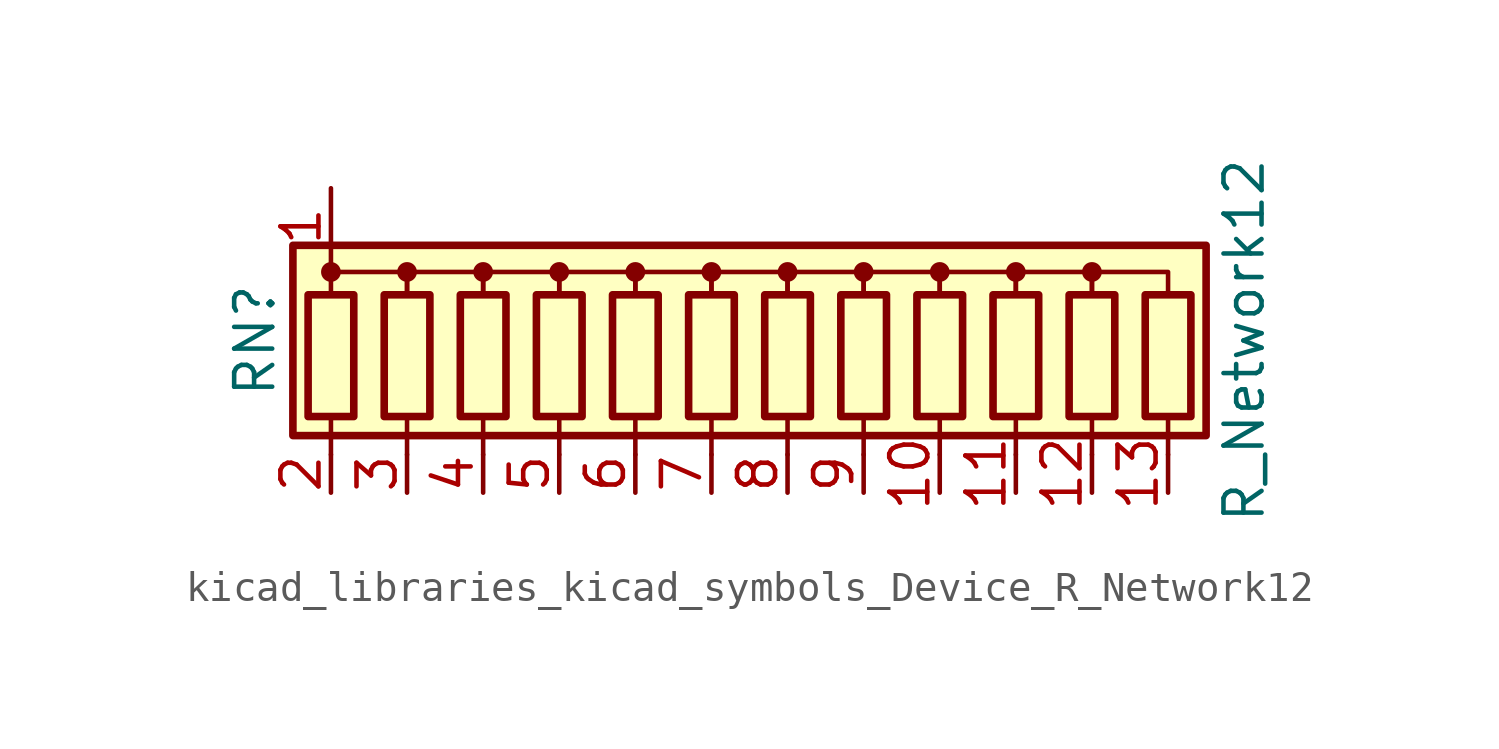
<source format=kicad_sym>
(kicad_symbol_lib
  (version 20220914)
  (generator kicad_symbol_editor)
  (symbol "kicad_libraries_kicad_symbols_Device_R_Network12"
    (pin_names
      (offset 0) hide)
    (property "Reference" "RN"
      (at -17.78 0 90)
      (effects (font (size 1.27 1.27))))
    (property "Value" "R_Network12"
      (at 15.24 0 90)
      (effects (font (size 1.27 1.27))))
    (symbol "kicad_libraries_kicad_symbols_Device_R_Network12_0_1"
      (rectangle (start -16.51 -3.175) (end 13.97 3.175) (stroke (width 0.254) (type default)) (fill (type background)))
      (rectangle (start -16.002 1.524) (end -14.478 -2.54) (stroke (width 0.254) (type default)) (fill (type none)))
      (circle (center -15.24 2.286) (radius 0.254) (stroke (width 0) (type default)) (fill (type outline)))
      (rectangle (start -13.462 1.524) (end -11.938 -2.54) (stroke (width 0.254) (type default)) (fill (type none)))
      (circle (center -12.7 2.286) (radius 0.254) (stroke (width 0) (type default)) (fill (type outline)))
      (rectangle (start -10.922 1.524) (end -9.398 -2.54) (stroke (width 0.254) (type default)) (fill (type none)))
      (circle (center -10.16 2.286) (radius 0.254) (stroke (width 0) (type default)) (fill (type outline)))
      (rectangle (start -8.382 1.524) (end -6.858 -2.54) (stroke (width 0.254) (type default)) (fill (type none)))
      (circle (center -7.62 2.286) (radius 0.254) (stroke (width 0) (type default)) (fill (type outline)))
      (rectangle (start -5.842 1.524) (end -4.318 -2.54) (stroke (width 0.254) (type default)) (fill (type none)))
      (circle (center -5.08 2.286) (radius 0.254) (stroke (width 0) (type default)) (fill (type outline)))
      (rectangle (start -3.302 1.524) (end -1.778 -2.54) (stroke (width 0.254) (type default)) (fill (type none)))
      (circle (center -2.54 2.286) (radius 0.254) (stroke (width 0) (type default)) (fill (type outline)))
      (rectangle (start -0.762 1.524) (end 0.762 -2.54) (stroke (width 0.254) (type default)) (fill (type none)))
      (polyline (pts (xy -15.24 -2.54) (xy -15.24 -3.81)) (stroke (width 0) (type default)) (fill (type none)))
      (polyline (pts (xy -12.7 -2.54) (xy -12.7 -3.81)) (stroke (width 0) (type default)) (fill (type none)))
      (polyline (pts (xy -10.16 -2.54) (xy -10.16 -3.81)) (stroke (width 0) (type default)) (fill (type none)))
      (polyline (pts (xy -7.62 -2.54) (xy -7.62 -3.81)) (stroke (width 0) (type default)) (fill (type none)))
      (polyline (pts (xy -5.08 -2.54) (xy -5.08 -3.81)) (stroke (width 0) (type default)) (fill (type none)))
      (polyline (pts (xy -2.54 -2.54) (xy -2.54 -3.81)) (stroke (width 0) (type default)) (fill (type none)))
      (polyline (pts (xy 0 -2.54) (xy 0 -3.81)) (stroke (width 0) (type default)) (fill (type none)))
      (polyline (pts (xy 2.54 -2.54) (xy 2.54 -3.81)) (stroke (width 0) (type default)) (fill (type none)))
      (polyline (pts (xy 5.08 -2.54) (xy 5.08 -3.81)) (stroke (width 0) (type default)) (fill (type none)))
      (polyline (pts (xy 7.62 -2.54) (xy 7.62 -3.81)) (stroke (width 0) (type default)) (fill (type none)))
      (polyline (pts (xy 10.16 -2.54) (xy 10.16 -3.81)) (stroke (width 0) (type default)) (fill (type none)))
      (polyline (pts (xy 12.7 -2.54) (xy 12.7 -3.81)) (stroke (width 0) (type default)) (fill (type none)))
      (polyline (pts (xy -15.24 1.524) (xy -15.24 2.286) (xy -12.7 2.286) (xy -12.7 1.524)) (stroke (width 0) (type default)) (fill (type none)))
      (polyline (pts (xy -12.7 1.524) (xy -12.7 2.286) (xy -10.16 2.286) (xy -10.16 1.524)) (stroke (width 0) (type default)) (fill (type none)))
      (polyline (pts (xy -10.16 1.524) (xy -10.16 2.286) (xy -7.62 2.286) (xy -7.62 1.524)) (stroke (width 0) (type default)) (fill (type none)))
      (polyline (pts (xy -7.62 1.524) (xy -7.62 2.286) (xy -5.08 2.286) (xy -5.08 1.524)) (stroke (width 0) (type default)) (fill (type none)))
      (polyline (pts (xy -5.08 1.524) (xy -5.08 2.286) (xy -2.54 2.286) (xy -2.54 1.524)) (stroke (width 0) (type default)) (fill (type none)))
      (polyline (pts (xy -2.54 1.524) (xy -2.54 2.286) (xy 0 2.286) (xy 0 1.524)) (stroke (width 0) (type default)) (fill (type none)))
      (polyline (pts (xy 0 1.524) (xy 0 2.286) (xy 2.54 2.286) (xy 2.54 1.524)) (stroke (width 0) (type default)) (fill (type none)))
      (polyline (pts (xy 2.54 1.524) (xy 2.54 2.286) (xy 5.08 2.286) (xy 5.08 1.524)) (stroke (width 0) (type default)) (fill (type none)))
      (polyline (pts (xy 5.08 1.524) (xy 5.08 2.286) (xy 7.62 2.286) (xy 7.62 1.524)) (stroke (width 0) (type default)) (fill (type none)))
      (polyline (pts (xy 7.62 1.524) (xy 7.62 2.286) (xy 10.16 2.286) (xy 10.16 1.524)) (stroke (width 0) (type default)) (fill (type none)))
      (polyline (pts (xy 10.16 1.524) (xy 10.16 2.286) (xy 12.7 2.286) (xy 12.7 1.524)) (stroke (width 0) (type default)) (fill (type none)))
      (circle (center 0 2.286) (radius 0.254) (stroke (width 0) (type default)) (fill (type outline)))
      (rectangle (start 1.778 1.524) (end 3.302 -2.54) (stroke (width 0.254) (type default)) (fill (type none)))
      (circle (center 2.54 2.286) (radius 0.254) (stroke (width 0) (type default)) (fill (type outline)))
      (rectangle (start 4.318 1.524) (end 5.842 -2.54) (stroke (width 0.254) (type default)) (fill (type none)))
      (circle (center 5.08 2.286) (radius 0.254) (stroke (width 0) (type default)) (fill (type outline)))
      (rectangle (start 6.858 1.524) (end 8.382 -2.54) (stroke (width 0.254) (type default)) (fill (type none)))
      (circle (center 7.62 2.286) (radius 0.254) (stroke (width 0) (type default)) (fill (type outline)))
      (rectangle (start 9.398 1.524) (end 10.922 -2.54) (stroke (width 0.254) (type default)) (fill (type none)))
      (circle (center 10.16 2.286) (radius 0.254) (stroke (width 0) (type default)) (fill (type outline)))
      (rectangle (start 11.938 1.524) (end 13.462 -2.54) (stroke (width 0.254) (type default)) (fill (type none))))
    (symbol "kicad_libraries_kicad_symbols_Device_R_Network12_1_1"
      (pin passive line (at -15.24 5.08 270) (length 2.54) (name "common" (effects (font (size 1.27 1.27)))) (number "1" (effects (font (size 1.27 1.27)))))
      (pin passive line (at 5.08 -5.08 90) (length 1.27) (name "R9" (effects (font (size 1.27 1.27)))) (number "10" (effects (font (size 1.27 1.27)))))
      (pin passive line (at 7.62 -5.08 90) (length 1.27) (name "R10" (effects (font (size 1.27 1.27)))) (number "11" (effects (font (size 1.27 1.27)))))
      (pin passive line (at 10.16 -5.08 90) (length 1.27) (name "R11" (effects (font (size 1.27 1.27)))) (number "12" (effects (font (size 1.27 1.27)))))
      (pin passive line (at 12.7 -5.08 90) (length 1.27) (name "R12" (effects (font (size 1.27 1.27)))) (number "13" (effects (font (size 1.27 1.27)))))
      (pin passive line (at -15.24 -5.08 90) (length 1.27) (name "R1" (effects (font (size 1.27 1.27)))) (number "2" (effects (font (size 1.27 1.27)))))
      (pin passive line (at -12.7 -5.08 90) (length 1.27) (name "R2" (effects (font (size 1.27 1.27)))) (number "3" (effects (font (size 1.27 1.27)))))
      (pin passive line (at -10.16 -5.08 90) (length 1.27) (name "R3" (effects (font (size 1.27 1.27)))) (number "4" (effects (font (size 1.27 1.27)))))
      (pin passive line (at -7.62 -5.08 90) (length 1.27) (name "R4" (effects (font (size 1.27 1.27)))) (number "5" (effects (font (size 1.27 1.27)))))
      (pin passive line (at -5.08 -5.08 90) (length 1.27) (name "R5" (effects (font (size 1.27 1.27)))) (number "6" (effects (font (size 1.27 1.27)))))
      (pin passive line (at -2.54 -5.08 90) (length 1.27) (name "R6" (effects (font (size 1.27 1.27)))) (number "7" (effects (font (size 1.27 1.27)))))
      (pin passive line (at 0 -5.08 90) (length 1.27) (name "R7" (effects (font (size 1.27 1.27)))) (number "8" (effects (font (size 1.27 1.27)))))
      (pin passive line (at 2.54 -5.08 90) (length 1.27) (name "R8" (effects (font (size 1.27 1.27)))) (number "9" (effects (font (size 1.27 1.27))))))))
</source>
